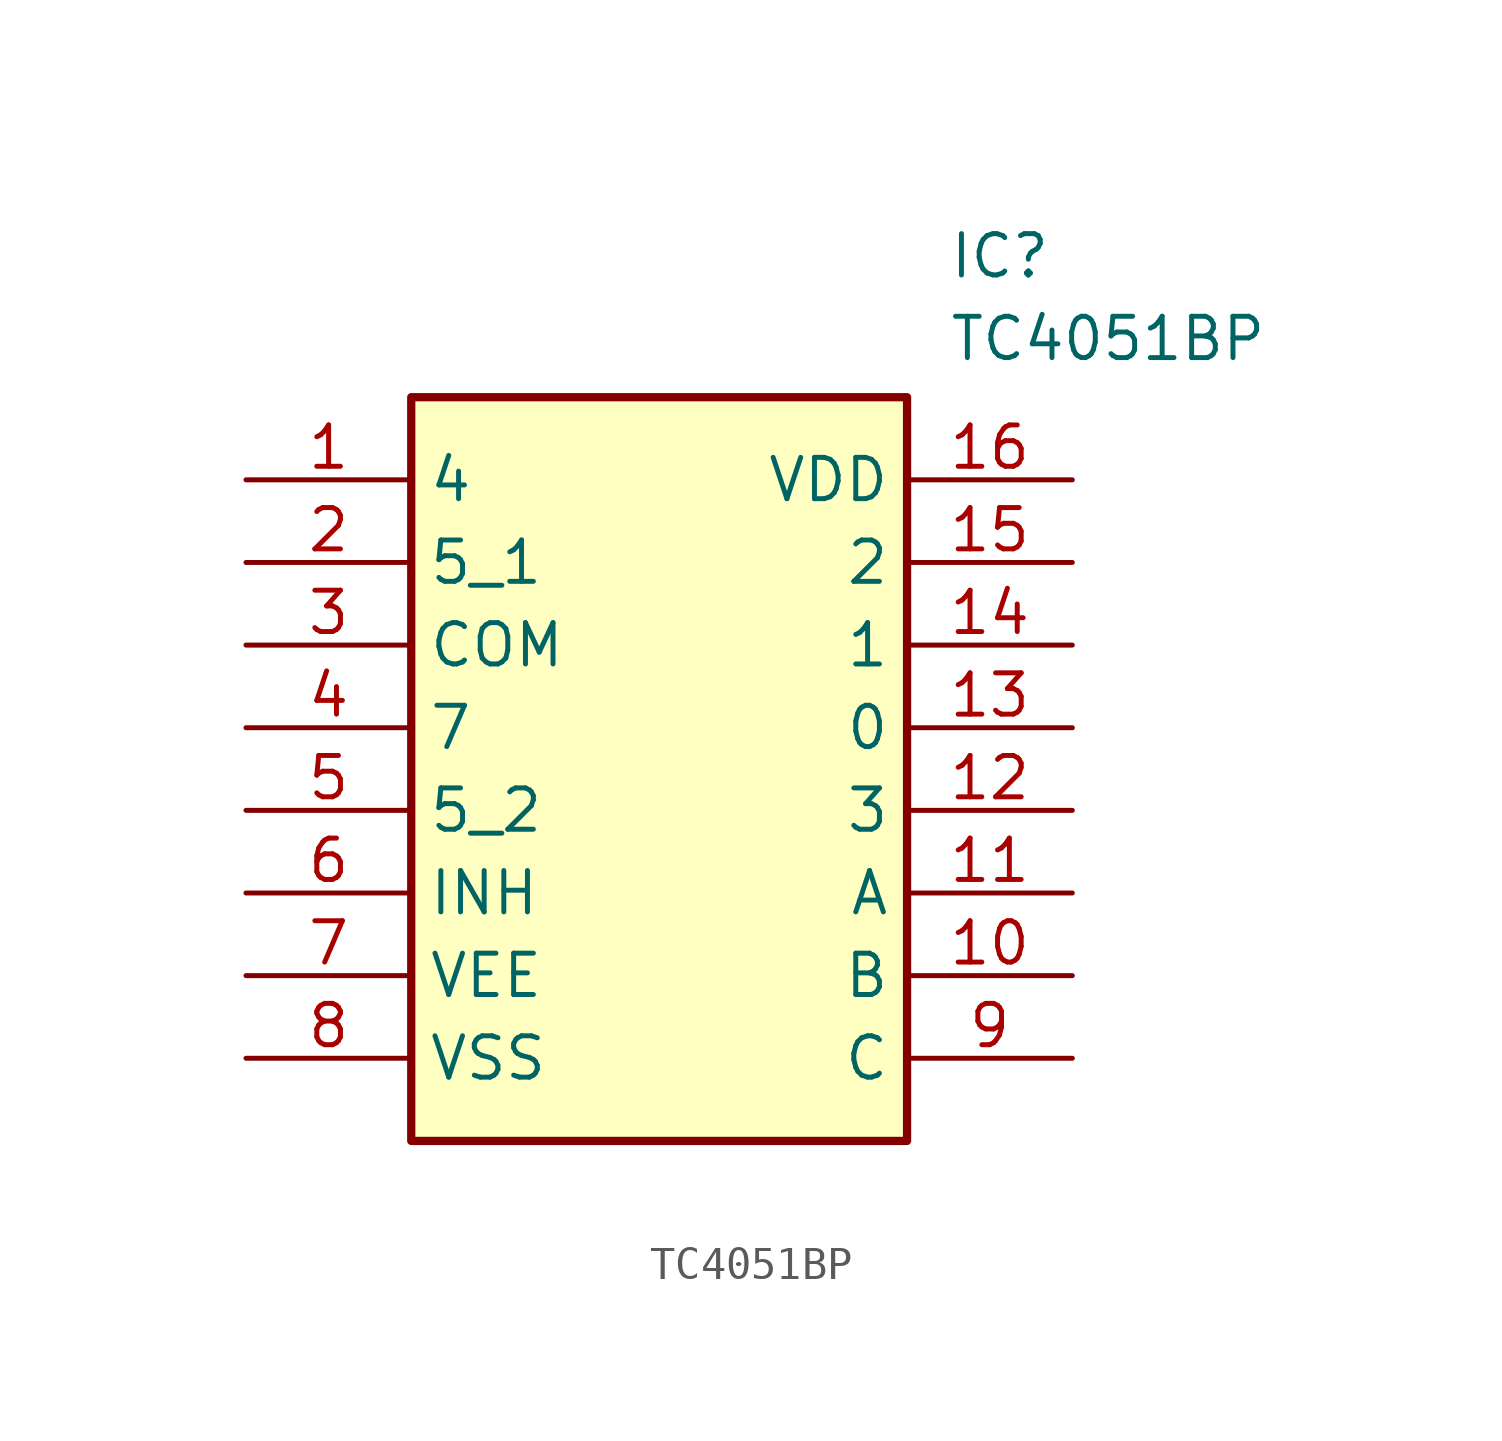
<source format=kicad_sym>
(kicad_symbol_lib
  (version 20211014)
  (generator SamacSys_ECAD_Model)
  (symbol "TC4051BP"
    (property "Reference" "IC"
      (at 21.59 7.62 0)
      (effects (font (size 1.27 1.27)) (justify left top)))
    (property "Value" "TC4051BP"
      (at 21.59 5.08 0)
      (effects (font (size 1.27 1.27)) (justify left top)))
    (rectangle
      (start 5.08 2.54)
      (end 20.32 -20.32)
      (stroke (width 0.254) (type default))
      (fill (type background)))
    (pin passive line
      (at 0 0 0)
      (length 5.08)
      (name "4" (effects (font (size 1.27 1.27))))
      (number "1" (effects (font (size 1.27 1.27)))))
    (pin passive line
      (at 0 -2.54 0)
      (length 5.08)
      (name "5_1" (effects (font (size 1.27 1.27))))
      (number "2" (effects (font (size 1.27 1.27)))))
    (pin passive line
      (at 0 -5.08 0)
      (length 5.08)
      (name "COM" (effects (font (size 1.27 1.27))))
      (number "3" (effects (font (size 1.27 1.27)))))
    (pin passive line
      (at 0 -7.62 0)
      (length 5.08)
      (name "7" (effects (font (size 1.27 1.27))))
      (number "4" (effects (font (size 1.27 1.27)))))
    (pin passive line
      (at 0 -10.16 0)
      (length 5.08)
      (name "5_2" (effects (font (size 1.27 1.27))))
      (number "5" (effects (font (size 1.27 1.27)))))
    (pin passive line
      (at 0 -12.7 0)
      (length 5.08)
      (name "INH" (effects (font (size 1.27 1.27))))
      (number "6" (effects (font (size 1.27 1.27)))))
    (pin passive line
      (at 0 -15.24 0)
      (length 5.08)
      (name "VEE" (effects (font (size 1.27 1.27))))
      (number "7" (effects (font (size 1.27 1.27)))))
    (pin passive line
      (at 0 -17.78 0)
      (length 5.08)
      (name "VSS" (effects (font (size 1.27 1.27))))
      (number "8" (effects (font (size 1.27 1.27)))))
    (pin passive line
      (at 25.4 0 180)
      (length 5.08)
      (name "VDD" (effects (font (size 1.27 1.27))))
      (number "16" (effects (font (size 1.27 1.27)))))
    (pin passive line
      (at 25.4 -2.54 180)
      (length 5.08)
      (name "2" (effects (font (size 1.27 1.27))))
      (number "15" (effects (font (size 1.27 1.27)))))
    (pin passive line
      (at 25.4 -5.08 180)
      (length 5.08)
      (name "1" (effects (font (size 1.27 1.27))))
      (number "14" (effects (font (size 1.27 1.27)))))
    (pin passive line
      (at 25.4 -7.62 180)
      (length 5.08)
      (name "0" (effects (font (size 1.27 1.27))))
      (number "13" (effects (font (size 1.27 1.27)))))
    (pin passive line
      (at 25.4 -10.16 180)
      (length 5.08)
      (name "3" (effects (font (size 1.27 1.27))))
      (number "12" (effects (font (size 1.27 1.27)))))
    (pin passive line
      (at 25.4 -12.7 180)
      (length 5.08)
      (name "A" (effects (font (size 1.27 1.27))))
      (number "11" (effects (font (size 1.27 1.27)))))
    (pin passive line
      (at 25.4 -15.24 180)
      (length 5.08)
      (name "B" (effects (font (size 1.27 1.27))))
      (number "10" (effects (font (size 1.27 1.27)))))
    (pin passive line
      (at 25.4 -17.78 180)
      (length 5.08)
      (name "C" (effects (font (size 1.27 1.27))))
      (number "9" (effects (font (size 1.27 1.27)))))))
</source>
